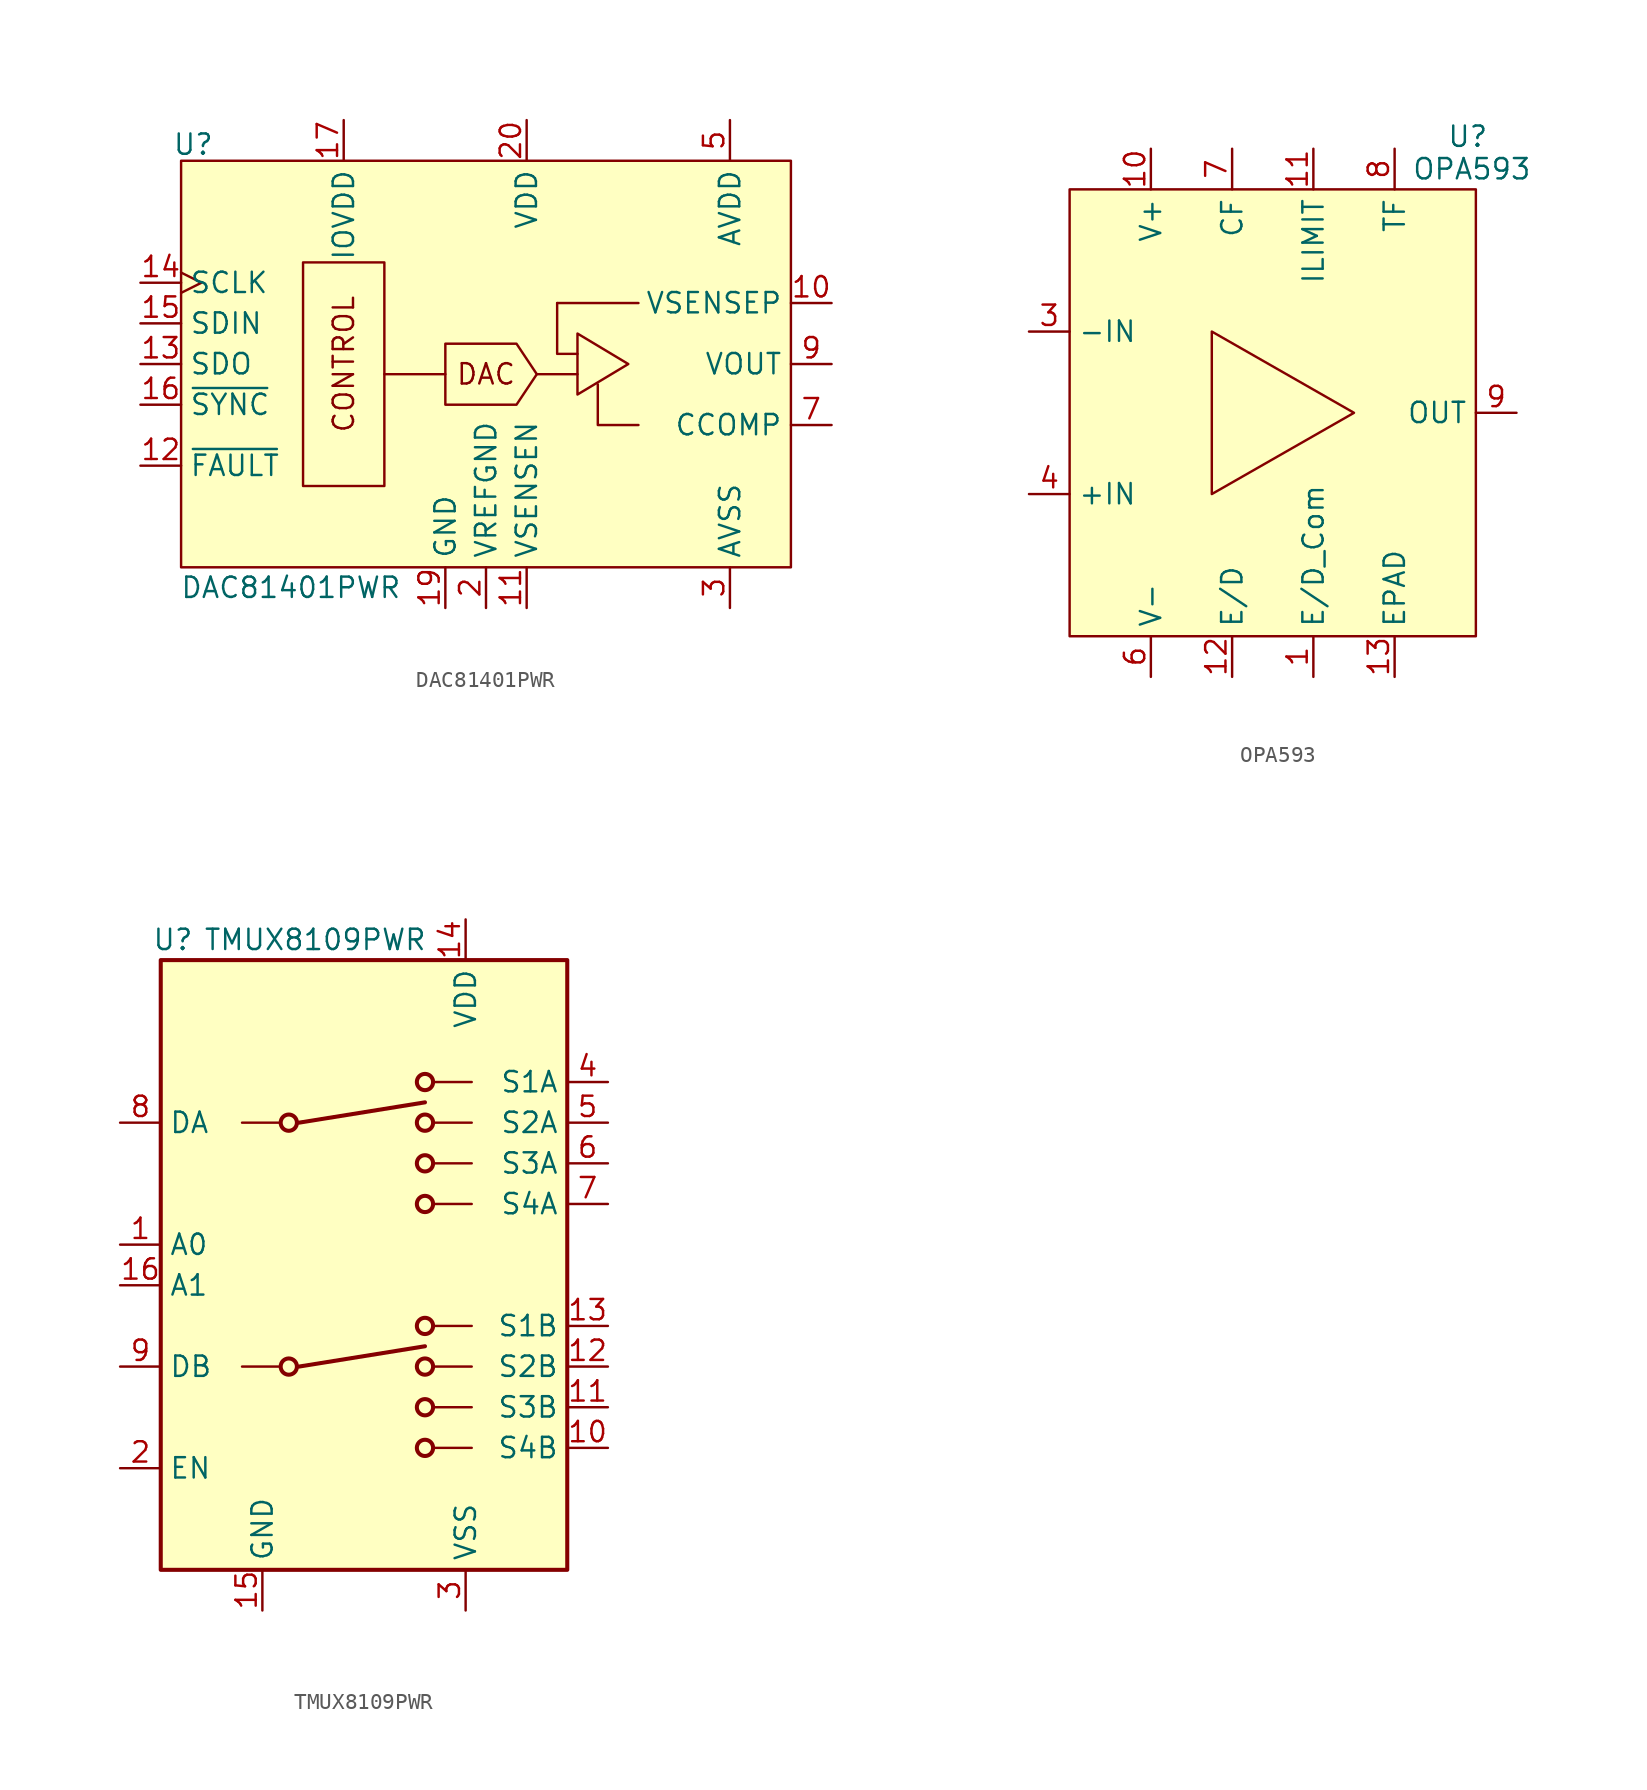
<source format=kicad_sym>
(kicad_symbol_lib
  (version 20241209)
  (generator "kicad_symbol_editor")
  (generator_version "9.0")
  (symbol "DAC81401PWR"
    (property "Reference" "U"
      (at -18.288 13.716 0)
      (effects (font (size 1.27 1.27))))
    (property "Value" "DAC81401PWR"
      (at -12.192 -13.97 0)
      (effects (font (size 1.27 1.27))))
    (symbol "DAC81401PWR_0_0"
      (text "DAC" (at 0 -0.635 0) (effects (font (size 1.27 1.27)))))
    (symbol "DAC81401PWR_0_1"
      (rectangle (start -11.43 6.35) (end -6.35 -7.62) (stroke (width 0) (type default)) (fill (type none)))
      (polyline (pts (xy -6.35 -0.635) (xy -2.54 -0.635)) (stroke (width 0) (type default)) (fill (type none)))
      (polyline (pts (xy 3.175 -0.635) (xy 5.715 -0.635)) (stroke (width 0) (type default)) (fill (type none)))
      (polyline (pts (xy 3.175 -0.635) (xy 1.905 1.27) (xy -2.54 1.27) (xy -2.54 -2.54) (xy 1.905 -2.54) (xy 3.175 -0.635)) (stroke (width 0) (type default)) (fill (type none)))
      (polyline (pts (xy 4.445 3.81) (xy 9.525 3.81)) (stroke (width 0) (type default)) (fill (type none)))
      (polyline (pts (xy 5.715 0.635) (xy 4.445 0.635) (xy 4.445 3.81)) (stroke (width 0) (type default)) (fill (type none)))
      (polyline (pts (xy 5.715 0) (xy 5.715 1.905) (xy 8.89 0) (xy 5.715 -1.905) (xy 5.715 0)) (stroke (width 0) (type default)) (fill (type none)))
      (polyline (pts (xy 6.985 -1.27) (xy 6.985 -2.54) (xy 6.985 -3.81) (xy 9.525 -3.81)) (stroke (width 0) (type default)) (fill (type none))))
    (symbol "DAC81401PWR_1_1"
      (rectangle (start -19.05 12.7) (end 19.05 -12.7) (stroke (width 0) (type default)) (fill (type background)))
      (text "CONTROL" (at -8.89 0 900) (effects (font (size 1.27 1.27))))
      (pin input clock (at -21.59 5.08 0) (length 2.54) (name "SCLK" (effects (font (size 1.27 1.27)))) (number "14" (effects (font (size 1.27 1.27)))))
      (pin input line (at -21.59 2.54 0) (length 2.54) (name "SDIN" (effects (font (size 1.27 1.27)))) (number "15" (effects (font (size 1.27 1.27)))))
      (pin output line (at -21.59 0 0) (length 2.54) (name "SDO" (effects (font (size 1.27 1.27)))) (number "13" (effects (font (size 1.27 1.27)))))
      (pin input line (at -21.59 -2.54 0) (length 2.54) (name "~{SYNC}" (effects (font (size 1.27 1.27)))) (number "16" (effects (font (size 1.27 1.27)))))
      (pin output line (at -21.59 -6.35 0) (length 2.54) (name "~{FAULT}" (effects (font (size 1.27 1.27)))) (number "12" (effects (font (size 1.27 1.27)))))
      (pin no_connect line (at -12.7 -15.24 90) (length 2.54) (hide yes) (name "NC" (effects (font (size 1.27 1.27)))) (number "4" (effects (font (size 1.27 1.27)))))
      (pin no_connect line (at -10.16 -15.24 90) (length 2.54) (hide yes) (name "NC" (effects (font (size 1.27 1.27)))) (number "6" (effects (font (size 1.27 1.27)))))
      (pin power_in line (at -8.89 15.24 270) (length 2.54) (name "IOVDD" (effects (font (size 1.27 1.27)))) (number "17" (effects (font (size 1.27 1.27)))))
      (pin no_connect line (at -7.62 -15.24 90) (length 2.54) (hide yes) (name "NC" (effects (font (size 1.27 1.27)))) (number "8" (effects (font (size 1.27 1.27)))))
      (pin no_connect line (at -5.08 -15.24 90) (length 2.54) (hide yes) (name "NC" (effects (font (size 1.27 1.27)))) (number "18" (effects (font (size 1.27 1.27)))))
      (pin passive line (at -2.54 -15.24 90) (length 2.54) (name "GND" (effects (font (size 1.27 1.27)))) (number "19" (effects (font (size 1.27 1.27)))))
      (pin passive line (at 0 -15.24 90) (length 2.54) (name "VREFGND" (effects (font (size 1.27 1.27)))) (number "2" (effects (font (size 1.27 1.27)))))
      (pin power_in line (at 2.54 15.24 270) (length 2.54) (name "VDD" (effects (font (size 1.27 1.27)))) (number "20" (effects (font (size 1.27 1.27)))))
      (pin input line (at 2.54 -15.24 90) (length 2.54) (name "VSENSEN" (effects (font (size 1.27 1.27)))) (number "11" (effects (font (size 1.27 1.27)))))
      (pin power_in line (at 15.24 15.24 270) (length 2.54) (name "AVDD" (effects (font (size 1.27 1.27)))) (number "5" (effects (font (size 1.27 1.27)))))
      (pin power_in line (at 15.24 -15.24 90) (length 2.54) (name "AVSS" (effects (font (size 1.27 1.27)))) (number "3" (effects (font (size 1.27 1.27)))))
      (pin input line (at 21.59 3.81 180) (length 2.54) (name "VSENSEP" (effects (font (size 1.27 1.27)))) (number "10" (effects (font (size 1.27 1.27)))))
      (pin output line (at 21.59 0 180) (length 2.54) (name "VOUT" (effects (font (size 1.27 1.27)))) (number "9" (effects (font (size 1.27 1.27)))))
      (pin input line (at 21.59 -3.81 180) (length 2.54) (name "CCOMP" (effects (font (size 1.27 1.27)))) (number "7" (effects (font (size 1.27 1.27)))))))
  (symbol "OPA593"
    (property "Reference" "U"
      (at 12.192 17.272 0)
      (effects (font (size 1.27 1.27))))
    (property "Value" "OPA593"
      (at 12.446 15.24 0)
      (effects (font (size 1.27 1.27))))
    (symbol "OPA593_0_0"
      (pin input line (at -15.24 5.08 0) (length 2.54) (name "-IN" (effects (font (size 1.27 1.27)))) (number "3" (effects (font (size 1.27 1.27)))))
      (pin input line (at -15.24 -5.08 0) (length 2.54) (name "+IN" (effects (font (size 1.27 1.27)))) (number "4" (effects (font (size 1.27 1.27)))))
      (pin passive line (at -7.62 16.51 270) (length 2.54) (name "V+" (effects (font (size 1.27 1.27)))) (number "10" (effects (font (size 1.27 1.27)))))
      (pin passive line (at -7.62 -16.51 90) (length 2.54) (name "V-" (effects (font (size 1.27 1.27)))) (number "6" (effects (font (size 1.27 1.27)))))
      (pin output line (at -2.54 16.51 270) (length 2.54) (name "CF" (effects (font (size 1.27 1.27)))) (number "7" (effects (font (size 1.27 1.27)))))
      (pin input line (at -2.54 -16.51 90) (length 2.54) (name "E/D" (effects (font (size 1.27 1.27)))) (number "12" (effects (font (size 1.27 1.27)))))
      (pin input line (at 2.54 16.51 270) (length 2.54) (name "ILIMIT" (effects (font (size 1.27 1.27)))) (number "11" (effects (font (size 1.27 1.27)))))
      (pin input line (at 2.54 -16.51 90) (length 2.54) (name "E/D_Com" (effects (font (size 1.27 1.27)))) (number "1" (effects (font (size 1.27 1.27)))))
      (pin output line (at 7.62 16.51 270) (length 2.54) (name "TF" (effects (font (size 1.27 1.27)))) (number "8" (effects (font (size 1.27 1.27)))))
      (pin passive line (at 7.62 -16.51 90) (length 2.54) (name "EPAD" (effects (font (size 1.27 1.27)))) (number "13" (effects (font (size 1.27 1.27)))))
      (pin no_connect line (at 15.24 7.62 180) (length 2.54) (hide yes) (name "NC" (effects (font (size 1.27 1.27)))) (number "2" (effects (font (size 1.27 1.27)))))
      (pin no_connect line (at 15.24 5.08 180) (length 2.54) (hide yes) (name "NC" (effects (font (size 1.27 1.27)))) (number "5" (effects (font (size 1.27 1.27)))))
      (pin output line (at 15.24 0 180) (length 2.54) (name "OUT" (effects (font (size 1.27 1.27)))) (number "9" (effects (font (size 1.27 1.27))))))
    (symbol "OPA593_0_1"
      (rectangle (start -12.7 13.97) (end 12.7 -13.97) (stroke (width 0) (type default)) (fill (type color) (color 255 255 194 1)))
      (polyline (pts (xy -3.81 5.08) (xy -3.81 -5.08) (xy 5.08 0) (xy -3.81 5.08)) (stroke (width 0) (type default)) (fill (type none)))))
  (symbol "TMUX8109PWR"
    (property "Reference" "U"
      (at -11.938 20.32 0)
      (effects (font (size 1.27 1.27))))
    (property "Value" "TMUX8109PWR"
      (at -3.048 20.32 0)
      (effects (font (size 1.27 1.27))))
    (symbol "TMUX8109PWR_1_1"
      (rectangle (start -12.7 19.05) (end 12.7 -19.05) (stroke (width 0.254) (type default)) (fill (type background)))
      (polyline (pts (xy -7.62 8.89) (xy -5.334 8.89)) (stroke (width 0) (type default)) (fill (type none)))
      (polyline (pts (xy -7.62 -6.35) (xy -5.334 -6.35)) (stroke (width 0) (type default)) (fill (type none)))
      (circle (center -4.699 8.89) (radius 0.508) (stroke (width 0.254) (type default)) (fill (type none)))
      (circle (center -4.699 -6.35) (radius 0.508) (stroke (width 0.254) (type default)) (fill (type none)))
      (circle (center 3.81 11.43) (radius 0.508) (stroke (width 0.254) (type default)) (fill (type none)))
      (polyline (pts (xy 3.81 10.16) (xy -4.064 8.89)) (stroke (width 0.254) (type default)) (fill (type none)))
      (circle (center 3.81 8.89) (radius 0.508) (stroke (width 0.254) (type default)) (fill (type none)))
      (circle (center 3.81 6.35) (radius 0.508) (stroke (width 0.254) (type default)) (fill (type none)))
      (circle (center 3.81 3.81) (radius 0.508) (stroke (width 0.254) (type default)) (fill (type none)))
      (circle (center 3.81 -3.81) (radius 0.508) (stroke (width 0.254) (type default)) (fill (type none)))
      (polyline (pts (xy 3.81 -5.08) (xy -4.064 -6.35)) (stroke (width 0.254) (type default)) (fill (type none)))
      (circle (center 3.81 -6.35) (radius 0.508) (stroke (width 0.254) (type default)) (fill (type none)))
      (circle (center 3.81 -8.89) (radius 0.508) (stroke (width 0.254) (type default)) (fill (type none)))
      (circle (center 3.81 -11.43) (radius 0.508) (stroke (width 0.254) (type default)) (fill (type none)))
      (polyline (pts (xy 6.731 11.43) (xy 4.445 11.43)) (stroke (width 0) (type default)) (fill (type none)))
      (polyline (pts (xy 6.731 8.89) (xy 4.445 8.89)) (stroke (width 0) (type default)) (fill (type none)))
      (polyline (pts (xy 6.731 6.35) (xy 4.445 6.35)) (stroke (width 0) (type default)) (fill (type none)))
      (polyline (pts (xy 6.731 3.81) (xy 4.445 3.81)) (stroke (width 0) (type default)) (fill (type none)))
      (polyline (pts (xy 6.731 -3.81) (xy 4.445 -3.81)) (stroke (width 0) (type default)) (fill (type none)))
      (polyline (pts (xy 6.731 -6.35) (xy 4.445 -6.35)) (stroke (width 0) (type default)) (fill (type none)))
      (polyline (pts (xy 6.731 -8.89) (xy 4.445 -8.89)) (stroke (width 0) (type default)) (fill (type none)))
      (polyline (pts (xy 6.731 -11.43) (xy 4.445 -11.43)) (stroke (width 0) (type default)) (fill (type none)))
      (pin passive line (at -15.24 8.89 0) (length 2.54) (name "DA" (effects (font (size 1.27 1.27)))) (number "8" (effects (font (size 1.27 1.27)))))
      (pin input line (at -15.24 1.27 0) (length 2.54) (name "A0" (effects (font (size 1.27 1.27)))) (number "1" (effects (font (size 1.27 1.27)))))
      (pin input line (at -15.24 -1.27 0) (length 2.54) (name "A1" (effects (font (size 1.27 1.27)))) (number "16" (effects (font (size 1.27 1.27)))))
      (pin passive line (at -15.24 -6.35 0) (length 2.54) (name "DB" (effects (font (size 1.27 1.27)))) (number "9" (effects (font (size 1.27 1.27)))))
      (pin input line (at -15.24 -12.7 0) (length 2.54) (name "EN" (effects (font (size 1.27 1.27)))) (number "2" (effects (font (size 1.27 1.27)))))
      (pin power_in line (at -6.35 -21.59 90) (length 2.54) (name "GND" (effects (font (size 1.27 1.27)))) (number "15" (effects (font (size 1.27 1.27)))))
      (pin power_in line (at 6.35 21.59 270) (length 2.54) (name "VDD" (effects (font (size 1.27 1.27)))) (number "14" (effects (font (size 1.27 1.27)))))
      (pin power_in line (at 6.35 -21.59 90) (length 2.54) (name "VSS" (effects (font (size 1.27 1.27)))) (number "3" (effects (font (size 1.27 1.27)))))
      (pin passive line (at 15.24 11.43 180) (length 2.54) (name "S1A" (effects (font (size 1.27 1.27)))) (number "4" (effects (font (size 1.27 1.27)))))
      (pin passive line (at 15.24 8.89 180) (length 2.54) (name "S2A" (effects (font (size 1.27 1.27)))) (number "5" (effects (font (size 1.27 1.27)))))
      (pin passive line (at 15.24 6.35 180) (length 2.54) (name "S3A" (effects (font (size 1.27 1.27)))) (number "6" (effects (font (size 1.27 1.27)))))
      (pin passive line (at 15.24 3.81 180) (length 2.54) (name "S4A" (effects (font (size 1.27 1.27)))) (number "7" (effects (font (size 1.27 1.27)))))
      (pin passive line (at 15.24 -3.81 180) (length 2.54) (name "S1B" (effects (font (size 1.27 1.27)))) (number "13" (effects (font (size 1.27 1.27)))))
      (pin passive line (at 15.24 -6.35 180) (length 2.54) (name "S2B" (effects (font (size 1.27 1.27)))) (number "12" (effects (font (size 1.27 1.27)))))
      (pin passive line (at 15.24 -8.89 180) (length 2.54) (name "S3B" (effects (font (size 1.27 1.27)))) (number "11" (effects (font (size 1.27 1.27)))))
      (pin passive line (at 15.24 -11.43 180) (length 2.54) (name "S4B" (effects (font (size 1.27 1.27)))) (number "10" (effects (font (size 1.27 1.27))))))))
</source>
